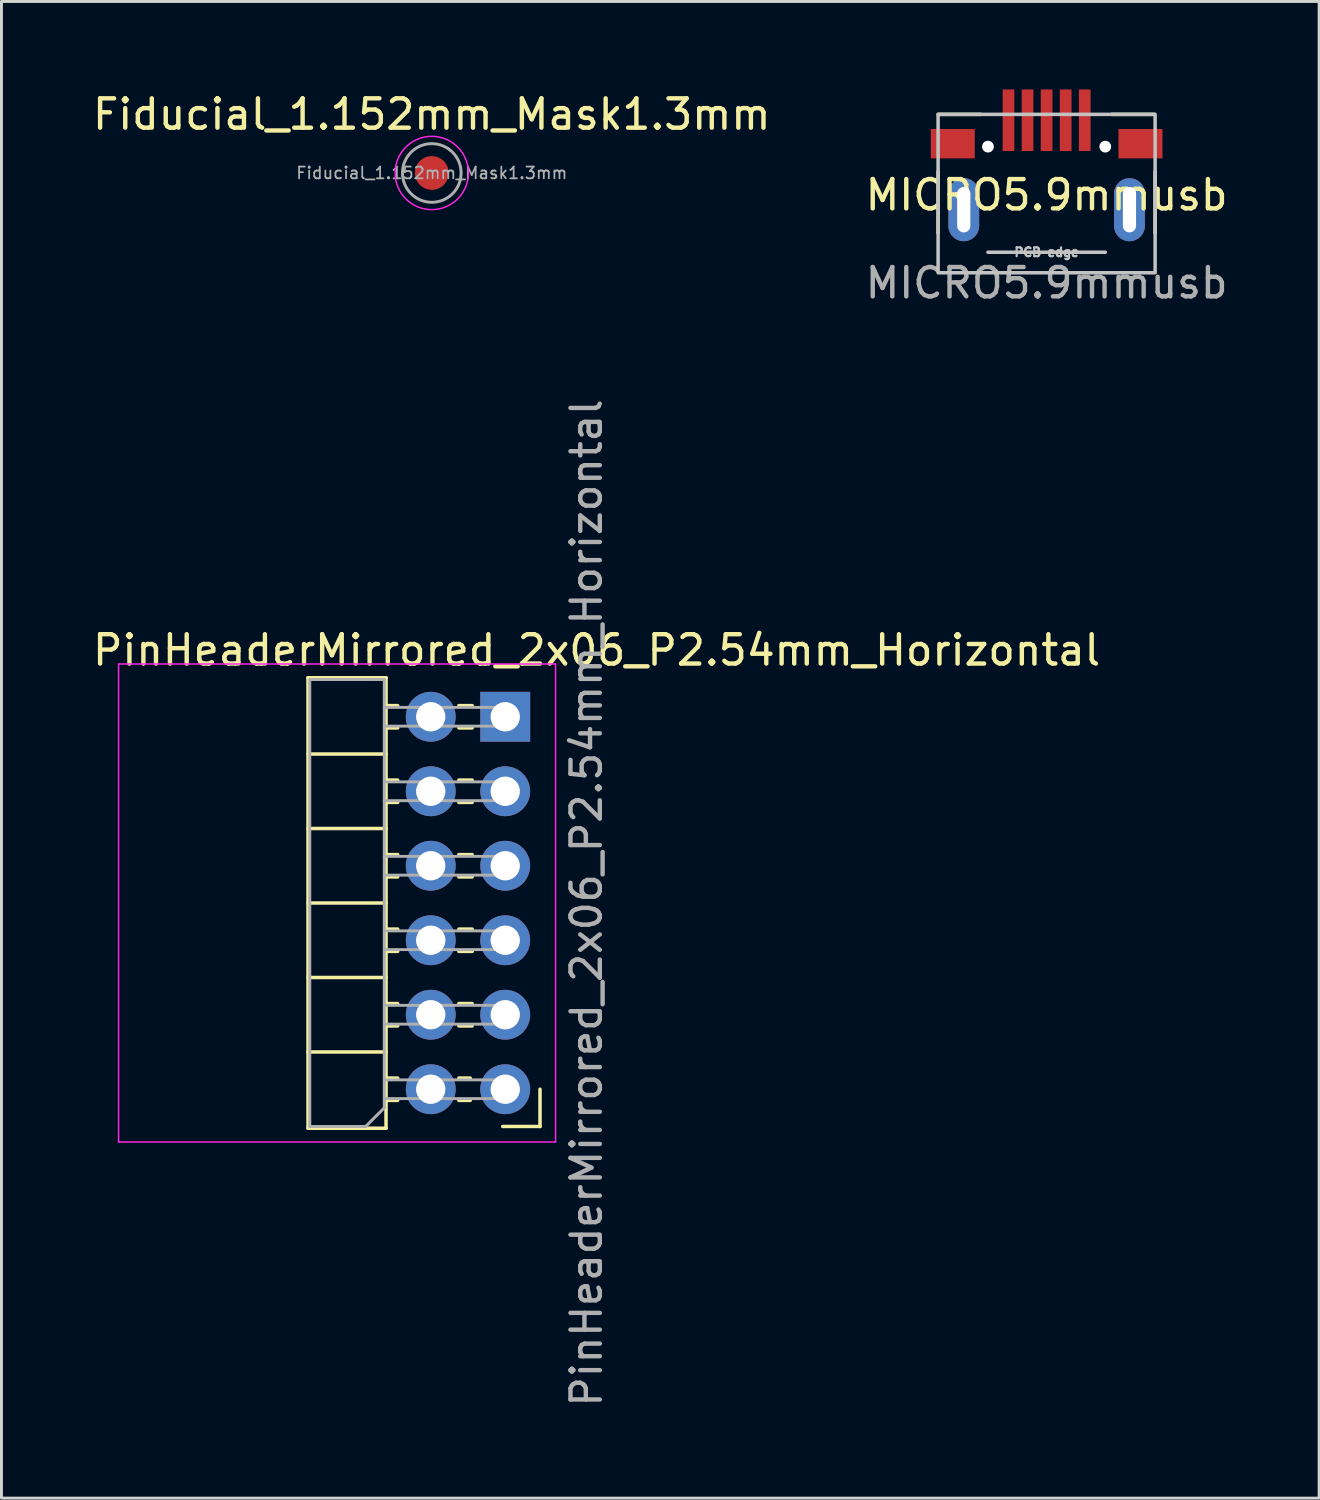
<source format=kicad_pcb>
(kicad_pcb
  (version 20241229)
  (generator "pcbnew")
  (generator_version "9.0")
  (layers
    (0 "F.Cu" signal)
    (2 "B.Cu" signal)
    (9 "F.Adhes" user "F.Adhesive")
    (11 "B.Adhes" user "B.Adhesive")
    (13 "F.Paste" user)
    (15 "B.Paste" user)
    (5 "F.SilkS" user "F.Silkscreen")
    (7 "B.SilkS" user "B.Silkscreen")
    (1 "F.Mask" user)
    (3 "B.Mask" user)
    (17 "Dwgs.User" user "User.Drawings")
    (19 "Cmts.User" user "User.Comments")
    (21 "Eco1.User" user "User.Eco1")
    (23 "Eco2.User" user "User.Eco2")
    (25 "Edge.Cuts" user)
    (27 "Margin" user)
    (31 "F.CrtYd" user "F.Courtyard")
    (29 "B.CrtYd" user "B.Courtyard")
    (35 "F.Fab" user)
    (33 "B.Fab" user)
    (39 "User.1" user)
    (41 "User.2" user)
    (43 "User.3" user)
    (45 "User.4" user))
  (footprint "Fiducial_1.152mm_Mask1.3mm"
    (layer "F.Cu")
    (at 11.673 2.848)
    (property "Reference" "Fiducial_1.152mm_Mask1.3mm" (at 0 -2 0) (layer "F.SilkS") (effects (font (size 1 1) (thickness 0.15))))
    (attr smd)
    (fp_circle (center 0 0) (end 1.25 0) (stroke (width 0.05) (type solid)) (fill no) (layer "F.CrtYd"))
    (fp_circle (center 0 0) (end 1 0) (stroke (width 0.1) (type solid)) (fill no) (layer "F.Fab"))
    (fp_text user "${REFERENCE}" (at 0 0 0) (layer "F.Fab") (effects (font (size 0.4 0.4) (thickness 0.06))))
    (pad "" smd circle (at 0 0) (size 1.152 1.152) (layers "F.Cu" "F.Mask")))
  (footprint "PinHeaderMirrored_2x06_P2.54mm_Horizontal"
    (layer "F.Cu")
    (at 11.637 21.39)
    (property "Reference" "PinHeaderMirrored_2x06_P2.54mm_Horizontal" (at 5.655 -2.27 0) (layer "F.SilkS") (effects (font (size 1 1) (thickness 0.15))))
    (attr through_hole)
    (fp_line (start -4.184 -1.33) (end -4.184 14.03) (stroke (width 0.12) (type solid)) (layer "F.SilkS"))
    (fp_line (start -4.184 14.03) (end -1.524 14.03) (stroke (width 0.12) (type solid)) (layer "F.SilkS"))
    (fp_line (start -1.524 -1.33) (end -4.184 -1.33) (stroke (width 0.12) (type solid)) (layer "F.SilkS"))
    (fp_line (start -1.524 1.27) (end -4.184 1.27) (stroke (width 0.12) (type solid)) (layer "F.SilkS"))
    (fp_line (start -1.524 3.81) (end -4.184 3.81) (stroke (width 0.12) (type solid)) (layer "F.SilkS"))
    (fp_line (start -1.524 6.35) (end -4.184 6.35) (stroke (width 0.12) (type solid)) (layer "F.SilkS"))
    (fp_line (start -1.524 8.89) (end -4.184 8.89) (stroke (width 0.12) (type solid)) (layer "F.SilkS"))
    (fp_line (start -1.524 11.43) (end -4.184 11.43) (stroke (width 0.12) (type solid)) (layer "F.SilkS"))
    (fp_line (start -1.524 14.03) (end -1.524 -1.33) (stroke (width 0.12) (type solid)) (layer "F.SilkS"))
    (fp_line (start -1.127 -0.38) (end -1.524 -0.38) (stroke (width 0.12) (type solid)) (layer "F.SilkS"))
    (fp_line (start -1.127 0.38) (end -1.524 0.38) (stroke (width 0.12) (type solid)) (layer "F.SilkS"))
    (fp_line (start -1.127 2.16) (end -1.524 2.16) (stroke (width 0.12) (type solid)) (layer "F.SilkS"))
    (fp_line (start -1.127 2.92) (end -1.524 2.92) (stroke (width 0.12) (type solid)) (layer "F.SilkS"))
    (fp_line (start -1.127 4.7) (end -1.524 4.7) (stroke (width 0.12) (type solid)) (layer "F.SilkS"))
    (fp_line (start -1.127 5.46) (end -1.524 5.46) (stroke (width 0.12) (type solid)) (layer "F.SilkS"))
    (fp_line (start -1.127 7.24) (end -1.524 7.24) (stroke (width 0.12) (type solid)) (layer "F.SilkS"))
    (fp_line (start -1.127 8) (end -1.524 8) (stroke (width 0.12) (type solid)) (layer "F.SilkS"))
    (fp_line (start -1.127 9.78) (end -1.524 9.78) (stroke (width 0.12) (type solid)) (layer "F.SilkS"))
    (fp_line (start -1.127 10.54) (end -1.524 10.54) (stroke (width 0.12) (type solid)) (layer "F.SilkS"))
    (fp_line (start -1.127 12.32) (end -1.524 12.32) (stroke (width 0.12) (type solid)) (layer "F.SilkS"))
    (fp_line (start -1.127 13.08) (end -1.524 13.08) (stroke (width 0.12) (type solid)) (layer "F.SilkS"))
    (fp_line (start 1.346 12.32) (end 0.959 12.32) (stroke (width 0.12) (type solid)) (layer "F.SilkS"))
    (fp_line (start 1.346 13.08) (end 0.959 13.08) (stroke (width 0.12) (type solid)) (layer "F.SilkS"))
    (fp_line (start 1.413 -0.38) (end 0.959 -0.38) (stroke (width 0.12) (type solid)) (layer "F.SilkS"))
    (fp_line (start 1.413 0.38) (end 0.959 0.38) (stroke (width 0.12) (type solid)) (layer "F.SilkS"))
    (fp_line (start 1.413 2.16) (end 0.959 2.16) (stroke (width 0.12) (type solid)) (layer "F.SilkS"))
    (fp_line (start 1.413 2.92) (end 0.959 2.92) (stroke (width 0.12) (type solid)) (layer "F.SilkS"))
    (fp_line (start 1.413 4.7) (end 0.959 4.7) (stroke (width 0.12) (type solid)) (layer "F.SilkS"))
    (fp_line (start 1.413 5.46) (end 0.959 5.46) (stroke (width 0.12) (type solid)) (layer "F.SilkS"))
    (fp_line (start 1.413 7.24) (end 0.959 7.24) (stroke (width 0.12) (type solid)) (layer "F.SilkS"))
    (fp_line (start 1.413 8) (end 0.959 8) (stroke (width 0.12) (type solid)) (layer "F.SilkS"))
    (fp_line (start 1.413 9.78) (end 0.959 9.78) (stroke (width 0.12) (type solid)) (layer "F.SilkS"))
    (fp_line (start 1.413 10.54) (end 0.959 10.54) (stroke (width 0.12) (type solid)) (layer "F.SilkS"))
    (fp_line (start 3.726 12.7) (end 3.726 13.97) (stroke (width 0.12) (type solid)) (layer "F.SilkS"))
    (fp_line (start 3.726 13.97) (end 2.456 13.97) (stroke (width 0.12) (type solid)) (layer "F.SilkS"))
    (fp_line (start -10.644 -1.8) (end -10.644 14.5) (stroke (width 0.05) (type solid)) (layer "F.CrtYd"))
    (fp_line (start -10.644 14.5) (end 4.256 14.5) (stroke (width 0.05) (type solid)) (layer "F.CrtYd"))
    (fp_line (start 4.256 -1.8) (end -10.644 -1.8) (stroke (width 0.05) (type solid)) (layer "F.CrtYd"))
    (fp_line (start 4.256 14.5) (end 4.256 -1.8) (stroke (width 0.05) (type solid)) (layer "F.CrtYd"))
    (fp_line (start -4.124 -1.27) (end -1.584 -1.27) (stroke (width 0.1) (type solid)) (layer "F.Fab"))
    (fp_line (start -4.124 13.97) (end -4.124 -1.27) (stroke (width 0.1) (type solid)) (layer "F.Fab"))
    (fp_line (start -2.219 13.97) (end -4.124 13.97) (stroke (width 0.1) (type solid)) (layer "F.Fab"))
    (fp_line (start -1.584 -1.27) (end -1.584 13.335) (stroke (width 0.1) (type solid)) (layer "F.Fab"))
    (fp_line (start -1.584 13.335) (end -2.219 13.97) (stroke (width 0.1) (type solid)) (layer "F.Fab"))
    (fp_line (start 2.776 -0.32) (end -1.584 -0.32) (stroke (width 0.1) (type solid)) (layer "F.Fab"))
    (fp_line (start 2.776 0.32) (end -1.584 0.32) (stroke (width 0.1) (type solid)) (layer "F.Fab"))
    (fp_line (start 2.776 0.32) (end 2.776 -0.32) (stroke (width 0.1) (type solid)) (layer "F.Fab"))
    (fp_line (start 2.776 2.22) (end -1.584 2.22) (stroke (width 0.1) (type solid)) (layer "F.Fab"))
    (fp_line (start 2.776 2.86) (end -1.584 2.86) (stroke (width 0.1) (type solid)) (layer "F.Fab"))
    (fp_line (start 2.776 2.86) (end 2.776 2.22) (stroke (width 0.1) (type solid)) (layer "F.Fab"))
    (fp_line (start 2.776 4.76) (end -1.584 4.76) (stroke (width 0.1) (type solid)) (layer "F.Fab"))
    (fp_line (start 2.776 5.4) (end -1.584 5.4) (stroke (width 0.1) (type solid)) (layer "F.Fab"))
    (fp_line (start 2.776 5.4) (end 2.776 4.76) (stroke (width 0.1) (type solid)) (layer "F.Fab"))
    (fp_line (start 2.776 7.3) (end -1.584 7.3) (stroke (width 0.1) (type solid)) (layer "F.Fab"))
    (fp_line (start 2.776 7.94) (end -1.584 7.94) (stroke (width 0.1) (type solid)) (layer "F.Fab"))
    (fp_line (start 2.776 7.94) (end 2.776 7.3) (stroke (width 0.1) (type solid)) (layer "F.Fab"))
    (fp_line (start 2.776 9.84) (end -1.584 9.84) (stroke (width 0.1) (type solid)) (layer "F.Fab"))
    (fp_line (start 2.776 10.48) (end -1.584 10.48) (stroke (width 0.1) (type solid)) (layer "F.Fab"))
    (fp_line (start 2.776 10.48) (end 2.776 9.84) (stroke (width 0.1) (type solid)) (layer "F.Fab"))
    (fp_line (start 2.776 12.38) (end -1.584 12.38) (stroke (width 0.1) (type solid)) (layer "F.Fab"))
    (fp_line (start 2.776 13.02) (end -1.584 13.02) (stroke (width 0.1) (type solid)) (layer "F.Fab"))
    (fp_line (start 2.776 13.02) (end 2.776 12.38) (stroke (width 0.1) (type solid)) (layer "F.Fab"))
    (fp_text user "${REFERENCE}" (at 5.31 6.35 90) (layer "F.Fab") (effects (font (size 1 1) (thickness 0.15))))
    (pad "1" thru_hole rect (at 2.54 0) (size 1.7 1.7) (drill 1) (layers "*.Cu" "*.Mask"))
    (pad "2" thru_hole circle (at 0 0) (size 1.7 1.7) (drill 1) (layers "*.Cu" "*.Mask"))
    (pad "3" thru_hole oval (at 2.54 2.54) (size 1.7 1.7) (drill 1) (layers "*.Cu" "*.Mask"))
    (pad "4" thru_hole oval (at 0 2.54) (size 1.7 1.7) (drill 1) (layers "*.Cu" "*.Mask"))
    (pad "5" thru_hole oval (at 2.54 5.08) (size 1.7 1.7) (drill 1) (layers "*.Cu" "*.Mask"))
    (pad "6" thru_hole oval (at 0 5.08) (size 1.7 1.7) (drill 1) (layers "*.Cu" "*.Mask"))
    (pad "7" thru_hole oval (at 2.54 7.62) (size 1.7 1.7) (drill 1) (layers "*.Cu" "*.Mask"))
    (pad "8" thru_hole oval (at 0 7.62) (size 1.7 1.7) (drill 1) (layers "*.Cu" "*.Mask"))
    (pad "9" thru_hole oval (at 2.54 10.16) (size 1.7 1.7) (drill 1) (layers "*.Cu" "*.Mask"))
    (pad "10" thru_hole oval (at 0 10.16) (size 1.7 1.7) (drill 1) (layers "*.Cu" "*.Mask"))
    (pad "11" thru_hole oval (at 2.54 12.7) (size 1.7 1.7) (drill 1) (layers "*.Cu" "*.Mask"))
    (pad "12" thru_hole oval (at 0 12.7) (size 1.7 1.7) (drill 1) (layers "*.Cu" "*.Mask")))
  (footprint "MICRO5.9mmusb"
    (layer "F.Cu")
    (at 32.637 2.6)
    (property "Reference" "MICRO5.9mmusb" (at 0 1 0) (unlocked yes) (layer "F.SilkS") (effects (font (size 1 1) (thickness 0.15))))
    (attr smd)
    (fp_line (start -3.7 -1.75) (end -2.25 -1.75) (stroke (width 0.12) (type solid)) (layer "F.SilkS"))
    (fp_line (start -3.7 2.3) (end -3.7 0.2) (stroke (width 0.12) (type solid)) (layer "F.SilkS"))
    (fp_line (start 2.225 -1.75) (end 3.675 -1.75) (stroke (width 0.12) (type solid)) (layer "F.SilkS"))
    (fp_line (start 3.7 2.3) (end 3.7 0.2) (stroke (width 0.12) (type solid)) (layer "F.SilkS"))
    (fp_line (start -2 2.95) (end 2 2.95) (stroke (width 0.12) (type solid)) (layer "Dwgs.User"))
    (fp_rect (start -3.7 -1.75) (end 3.7 3.65) (stroke (width 0.12) (type solid)) (fill no) (layer "Dwgs.User"))
    (fp_text user "PCB edge" (at 0 2.95 0) (unlocked yes) (layer "Dwgs.User") (effects (font (size 0.3 0.3) (thickness 0.075))))
    (fp_text user "${REFERENCE}" (at 0 4 0) (unlocked yes) (layer "F.Fab") (effects (font (size 1 1) (thickness 0.15))))
    (pad "" np_thru_hole circle (at -2 -0.65) (size 0.4 0.4) (drill 0.6) (layers "*.Cu" "*.Mask"))
    (pad "" np_thru_hole circle (at 2 -0.65) (size 0.4 0.4) (drill 0.6) (layers "*.Cu" "*.Mask"))
    (pad "1" smd rect (at -1.3 -1.55) (size 0.4 2.1) (layers "F.Cu" "F.Mask" "F.Paste"))
    (pad "2" smd rect (at -0.65 -1.55) (size 0.4 2.1) (layers "F.Cu" "F.Mask" "F.Paste"))
    (pad "3" smd rect (at 0 -1.55) (size 0.4 2.1) (layers "F.Cu" "F.Mask" "F.Paste"))
    (pad "4" smd rect (at 0.65 -1.55) (size 0.4 2.1) (layers "F.Cu" "F.Mask" "F.Paste"))
    (pad "5" smd rect (at 1.3 -1.55) (size 0.4 2.1) (layers "F.Cu" "F.Mask" "F.Paste"))
    (pad "6" smd rect (at -3.2 -0.75) (size 1.5 1) (layers "F.Cu" "F.Mask" "F.Paste"))
    (pad "6" thru_hole oval (at -2.825 1.5) (size 1.05 2.15) (drill oval 0.45 1.55) (layers "*.Cu" "*.Mask"))
    (pad "6" thru_hole oval (at 2.825 1.5) (size 1.05 2.15) (drill oval 0.45 1.55) (layers "*.Cu" "*.Mask"))
    (pad "6" smd rect (at 3.2 -0.75) (size 1.5 1) (layers "F.Cu" "F.Mask" "F.Paste")))
  (gr_rect
    (start -3 -3)
    (end 41.929 48.032)
    (stroke (width 0.1) (type default))
    (fill no)
    (layer "Edge.Cuts")))
</source>
